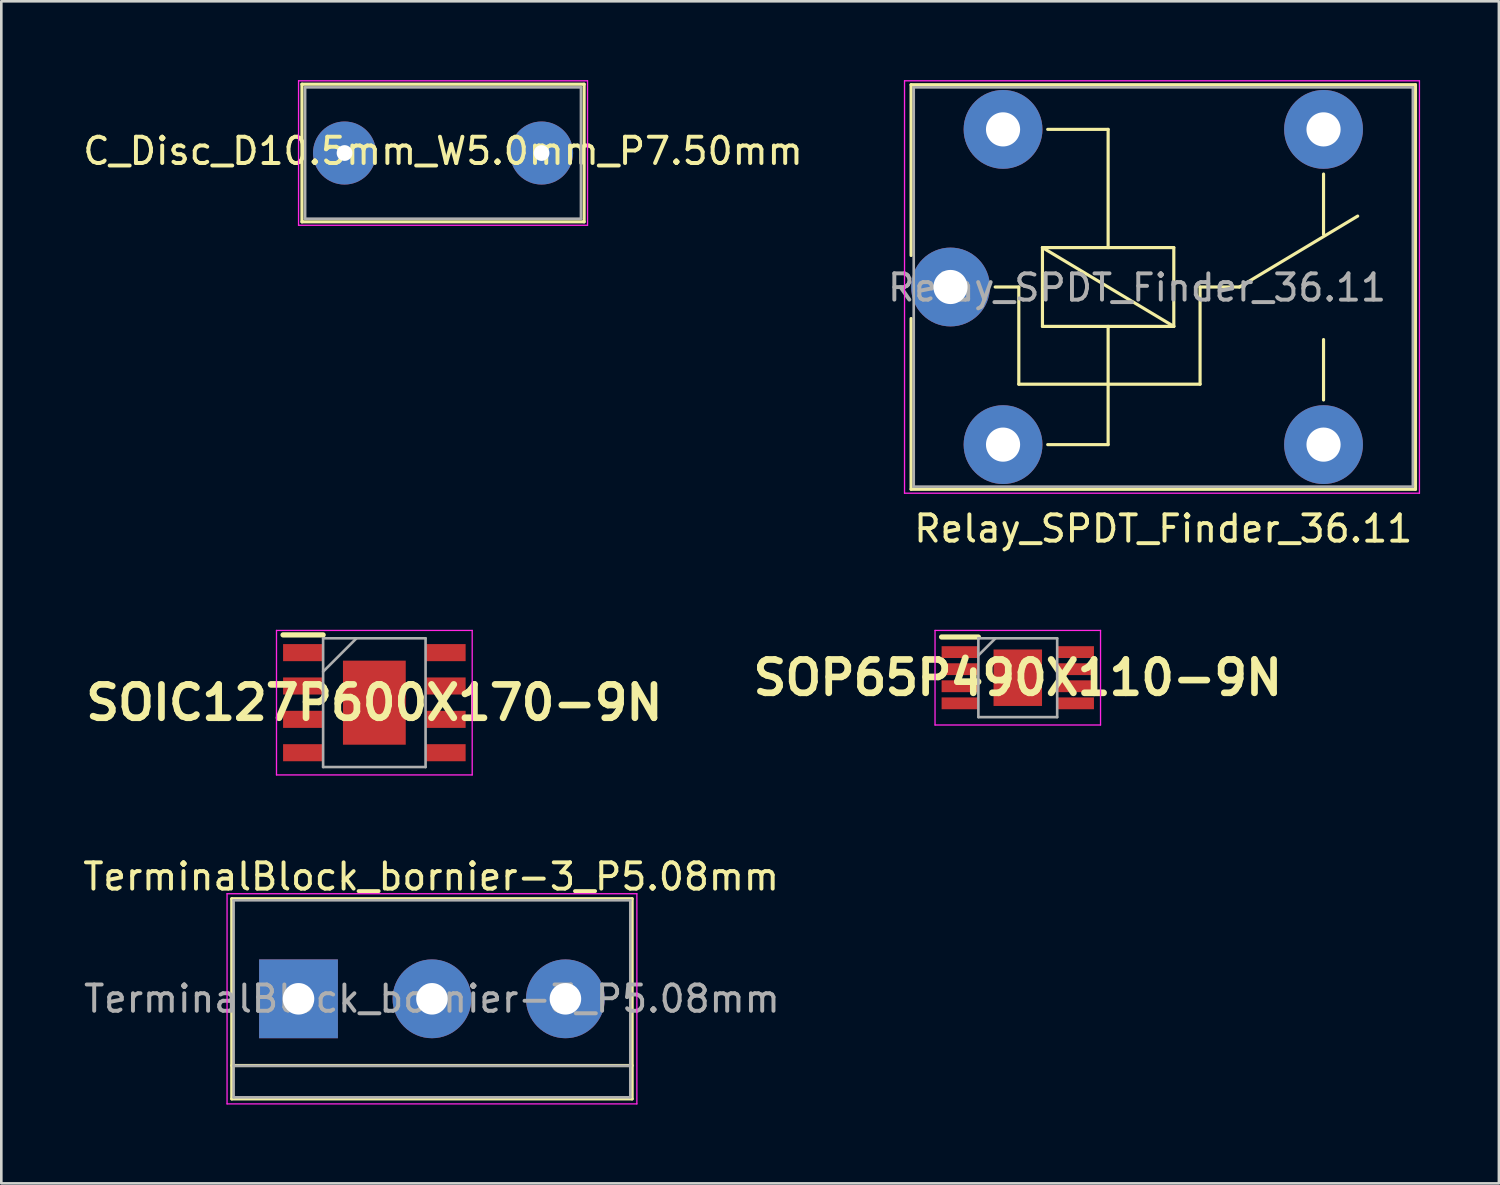
<source format=kicad_pcb>
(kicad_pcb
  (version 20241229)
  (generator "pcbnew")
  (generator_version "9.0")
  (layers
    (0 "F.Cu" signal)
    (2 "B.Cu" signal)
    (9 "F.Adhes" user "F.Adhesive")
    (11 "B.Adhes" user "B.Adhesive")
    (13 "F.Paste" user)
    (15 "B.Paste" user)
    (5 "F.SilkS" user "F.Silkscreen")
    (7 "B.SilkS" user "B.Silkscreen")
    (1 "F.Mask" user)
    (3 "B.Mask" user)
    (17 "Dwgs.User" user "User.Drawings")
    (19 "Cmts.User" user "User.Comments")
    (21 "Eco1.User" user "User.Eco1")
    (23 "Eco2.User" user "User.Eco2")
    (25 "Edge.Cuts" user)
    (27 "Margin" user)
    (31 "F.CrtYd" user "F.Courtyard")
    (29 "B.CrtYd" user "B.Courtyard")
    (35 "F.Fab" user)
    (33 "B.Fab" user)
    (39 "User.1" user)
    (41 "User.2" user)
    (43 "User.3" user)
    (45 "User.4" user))
  (footprint "C_Disc_D10.5mm_W5.0mm_P7.50mm"
    (layer "F.Cu")
    (at 13.815 2.7)
    (property "Reference" "C_Disc_D10.5mm_W5.0mm_P7.50mm" (at 0 0 0) (unlocked yes) (layer "F.SilkS") (effects (font (size 1 1) (thickness 0.15))))
    (attr through_hole)
    (fp_line (start -5.37 -2.545) (end -5.37 2.695) (stroke (width 0.12) (type solid)) (layer "F.SilkS"))
    (fp_line (start -5.37 -2.545) (end 5.37 -2.545) (stroke (width 0.12) (type solid)) (layer "F.SilkS"))
    (fp_line (start -5.37 2.695) (end 5.37 2.695) (stroke (width 0.12) (type solid)) (layer "F.SilkS"))
    (fp_line (start 5.37 -2.545) (end 5.37 2.695) (stroke (width 0.12) (type solid)) (layer "F.SilkS"))
    (fp_line (start -5.5 -2.675) (end -5.5 2.825) (stroke (width 0.05) (type solid)) (layer "F.CrtYd"))
    (fp_line (start -5.5 2.825) (end 5.5 2.825) (stroke (width 0.05) (type solid)) (layer "F.CrtYd"))
    (fp_line (start 5.5 -2.675) (end -5.5 -2.675) (stroke (width 0.05) (type solid)) (layer "F.CrtYd"))
    (fp_line (start 5.5 2.825) (end 5.5 -2.675) (stroke (width 0.05) (type solid)) (layer "F.CrtYd"))
    (fp_line (start -5.25 -2.425) (end -5.25 2.575) (stroke (width 0.1) (type solid)) (layer "F.Fab"))
    (fp_line (start -5.25 2.575) (end 5.25 2.575) (stroke (width 0.1) (type solid)) (layer "F.Fab"))
    (fp_line (start 5.25 -2.425) (end -5.25 -2.425) (stroke (width 0.1) (type solid)) (layer "F.Fab"))
    (fp_line (start 5.25 2.575) (end 5.25 -2.425) (stroke (width 0.1) (type solid)) (layer "F.Fab"))
    (pad "1" thru_hole circle (at -3.75 0.075) (size 2.4 2.4) (drill 0.6) (layers "*.Cu" "*.Mask"))
    (pad "2" thru_hole circle (at 3.75 0.075) (size 2.4 2.4) (drill 0.6) (layers "*.Cu" "*.Mask")))
  (footprint "SOP65P490X110-9N"
    (layer "F.Cu")
    (at 35.693 22.748)
    (property "Reference" "SOP65P490X110-9N" (at 0 0 0) (layer "F.SilkS") (effects (font (size 1.27 1.27) (thickness 0.254))))
    (attr smd)
    (fp_line (start -2.9 -1.55) (end -1.5 -1.55) (stroke (width 0.2) (type solid)) (layer "F.SilkS"))
    (fp_line (start -3.15 -1.8) (end 3.15 -1.8) (stroke (width 0.05) (type solid)) (layer "F.CrtYd"))
    (fp_line (start -3.15 1.8) (end -3.15 -1.8) (stroke (width 0.05) (type solid)) (layer "F.CrtYd"))
    (fp_line (start 3.15 -1.8) (end 3.15 1.8) (stroke (width 0.05) (type solid)) (layer "F.CrtYd"))
    (fp_line (start 3.15 1.8) (end -3.15 1.8) (stroke (width 0.05) (type solid)) (layer "F.CrtYd"))
    (fp_line (start -1.5 -1.5) (end 1.5 -1.5) (stroke (width 0.1) (type solid)) (layer "F.Fab"))
    (fp_line (start -1.5 -0.85) (end -0.85 -1.5) (stroke (width 0.1) (type solid)) (layer "F.Fab"))
    (fp_line (start -1.5 1.5) (end -1.5 -1.5) (stroke (width 0.1) (type solid)) (layer "F.Fab"))
    (fp_line (start 1.5 -1.5) (end 1.5 1.5) (stroke (width 0.1) (type solid)) (layer "F.Fab"))
    (fp_line (start 1.5 1.5) (end -1.5 1.5) (stroke (width 0.1) (type solid)) (layer "F.Fab"))
    (pad "1" smd rect (at -2.2 -0.975 90) (size 0.45 1.4) (layers "F.Cu" "F.Mask"))
    (pad "2" smd rect (at -2.2 -0.325 90) (size 0.45 1.4) (layers "F.Cu" "F.Mask"))
    (pad "3" smd rect (at -2.2 0.325 90) (size 0.45 1.4) (layers "F.Cu" "F.Mask"))
    (pad "4" smd rect (at -2.2 0.975 90) (size 0.45 1.4) (layers "F.Cu" "F.Mask"))
    (pad "5" smd rect (at 2.2 0.975 90) (size 0.45 1.4) (layers "F.Cu" "F.Mask"))
    (pad "6" smd rect (at 2.2 0.325 90) (size 0.45 1.4) (layers "F.Cu" "F.Mask"))
    (pad "7" smd rect (at 2.2 -0.325 90) (size 0.45 1.4) (layers "F.Cu" "F.Mask"))
    (pad "8" smd rect (at 2.2 -0.975 90) (size 0.45 1.4) (layers "F.Cu" "F.Mask"))
    (pad "9" smd rect (at 0 0) (size 1.846 2.15) (layers "F.Cu" "F.Mask" "F.Paste")))
  (footprint "Relay_SPDT_Finder_36.11"
    (layer "F.Cu")
    (at 33.132 7.875)
    (property "Reference" "Relay_SPDT_Finder_36.11" (at 8.1 9.2 0) (layer "F.SilkS") (effects (font (size 1 1) (thickness 0.15))))
    (attr through_hole)
    (fp_line (start -1.5 -7.7) (end -1.5 -1.2) (stroke (width 0.12) (type solid)) (layer "F.SilkS"))
    (fp_line (start -1.5 -7.7) (end 17.7 -7.7) (stroke (width 0.12) (type solid)) (layer "F.SilkS"))
    (fp_line (start -1.5 1.2) (end -1.5 7.7) (stroke (width 0.12) (type solid)) (layer "F.SilkS"))
    (fp_line (start 2.6 0) (end 1.7 0) (stroke (width 0.12) (type solid)) (layer "F.SilkS"))
    (fp_line (start 2.6 0) (end 2.6 3.7) (stroke (width 0.12) (type solid)) (layer "F.SilkS"))
    (fp_line (start 3.5 -1.5) (end 8.5 -1.5) (stroke (width 0.12) (type solid)) (layer "F.SilkS"))
    (fp_line (start 3.5 1.5) (end 3.5 -1.5) (stroke (width 0.12) (type solid)) (layer "F.SilkS"))
    (fp_line (start 3.7 6) (end 6 6) (stroke (width 0.12) (type solid)) (layer "F.SilkS"))
    (fp_line (start 6 -6) (end 3.7 -6) (stroke (width 0.12) (type solid)) (layer "F.SilkS"))
    (fp_line (start 6 -6) (end 6 -1.5) (stroke (width 0.12) (type solid)) (layer "F.SilkS"))
    (fp_line (start 6 1.5) (end 6 6) (stroke (width 0.12) (type solid)) (layer "F.SilkS"))
    (fp_line (start 8.5 -1.5) (end 8.5 1.5) (stroke (width 0.12) (type solid)) (layer "F.SilkS"))
    (fp_line (start 8.5 1.5) (end 3.5 -1.5) (stroke (width 0.12) (type solid)) (layer "F.SilkS"))
    (fp_line (start 8.5 1.5) (end 3.5 1.5) (stroke (width 0.12) (type solid)) (layer "F.SilkS"))
    (fp_line (start 9.5 0) (end 9.5 3.7) (stroke (width 0.12) (type solid)) (layer "F.SilkS"))
    (fp_line (start 9.5 0) (end 11 0) (stroke (width 0.12) (type solid)) (layer "F.SilkS"))
    (fp_line (start 9.5 3.7) (end 2.6 3.7) (stroke (width 0.12) (type solid)) (layer "F.SilkS"))
    (fp_line (start 11 0) (end 15.5 -2.7) (stroke (width 0.12) (type solid)) (layer "F.SilkS"))
    (fp_line (start 14.2 -4.3) (end 14.2 -2) (stroke (width 0.12) (type solid)) (layer "F.SilkS"))
    (fp_line (start 14.2 4.3) (end 14.2 2) (stroke (width 0.12) (type solid)) (layer "F.SilkS"))
    (fp_line (start 17.7 -7.7) (end 17.7 7.7) (stroke (width 0.12) (type solid)) (layer "F.SilkS"))
    (fp_line (start 17.7 7.7) (end -1.5 7.7) (stroke (width 0.12) (type solid)) (layer "F.SilkS"))
    (fp_line (start -1.75 7.85) (end -1.75 -7.85) (stroke (width 0.05) (type solid)) (layer "F.CrtYd"))
    (fp_line (start -1.75 7.85) (end 17.85 7.85) (stroke (width 0.05) (type solid)) (layer "F.CrtYd"))
    (fp_line (start 17.85 -7.85) (end -1.75 -7.85) (stroke (width 0.05) (type solid)) (layer "F.CrtYd"))
    (fp_line (start 17.85 -7.85) (end 17.85 7.85) (stroke (width 0.05) (type solid)) (layer "F.CrtYd"))
    (fp_line (start -1.4 -7.6) (end 17.6 -7.6) (stroke (width 0.1) (type solid)) (layer "F.Fab"))
    (fp_line (start -1.4 7.6) (end -1.4 -7.6) (stroke (width 0.1) (type solid)) (layer "F.Fab"))
    (fp_line (start 17.6 -7.6) (end 17.6 7.6) (stroke (width 0.1) (type solid)) (layer "F.Fab"))
    (fp_line (start 17.6 7.6) (end -1.4 7.6) (stroke (width 0.1) (type solid)) (layer "F.Fab"))
    (fp_text user "${REFERENCE}" (at 7.1 0.025 0) (layer "F.Fab") (effects (font (size 1 1) (thickness 0.15))))
    (pad "1" thru_hole circle (at 14.2 -6) (size 3 3) (drill 1.3) (layers "*.Cu" "*.Mask"))
    (pad "2" thru_hole circle (at 2 -6) (size 3 3) (drill 1.3) (layers "*.Cu" "*.Mask"))
    (pad "5" thru_hole circle (at 0 0) (size 3 3) (drill 1.3) (layers "*.Cu" "*.Mask"))
    (pad "9" thru_hole circle (at 2 6) (size 3 3) (drill 1.3) (layers "*.Cu" "*.Mask"))
    (pad "10" thru_hole circle (at 14.2 6) (size 3 3) (drill 1.3) (layers "*.Cu" "*.Mask")))
  (footprint "TerminalBlock_bornier-3_P5.08mm"
    (layer "F.Cu")
    (at 8.313 34.971)
    (property "Reference" "TerminalBlock_bornier-3_P5.08mm" (at 5.05 -4.65 0) (layer "F.SilkS") (effects (font (size 1 1) (thickness 0.15))))
    (attr through_hole)
    (fp_line (start -2.54 -3.81) (end 12.7 -3.81) (stroke (width 0.12) (type solid)) (layer "F.SilkS"))
    (fp_line (start -2.54 2.54) (end 12.7 2.54) (stroke (width 0.12) (type solid)) (layer "F.SilkS"))
    (fp_line (start -2.54 3.81) (end -2.54 -3.81) (stroke (width 0.12) (type solid)) (layer "F.SilkS"))
    (fp_line (start -2.54 3.81) (end 12.7 3.81) (stroke (width 0.12) (type solid)) (layer "F.SilkS"))
    (fp_line (start 12.7 3.81) (end 12.7 -3.81) (stroke (width 0.12) (type solid)) (layer "F.SilkS"))
    (fp_line (start -2.72 -4) (end -2.72 4) (stroke (width 0.05) (type solid)) (layer "F.CrtYd"))
    (fp_line (start -2.72 -4) (end 12.88 -4) (stroke (width 0.05) (type solid)) (layer "F.CrtYd"))
    (fp_line (start 12.88 4) (end -2.72 4) (stroke (width 0.05) (type solid)) (layer "F.CrtYd"))
    (fp_line (start 12.88 4) (end 12.88 -4) (stroke (width 0.05) (type solid)) (layer "F.CrtYd"))
    (fp_line (start -2.47 -3.75) (end 12.63 -3.75) (stroke (width 0.1) (type solid)) (layer "F.Fab"))
    (fp_line (start -2.47 2.55) (end 12.63 2.55) (stroke (width 0.1) (type solid)) (layer "F.Fab"))
    (fp_line (start -2.47 3.75) (end -2.47 -3.75) (stroke (width 0.1) (type solid)) (layer "F.Fab"))
    (fp_line (start 12.63 -3.75) (end 12.63 3.75) (stroke (width 0.1) (type solid)) (layer "F.Fab"))
    (fp_line (start 12.63 3.75) (end -2.47 3.75) (stroke (width 0.1) (type solid)) (layer "F.Fab"))
    (fp_text user "${REFERENCE}" (at 5.08 0 0) (layer "F.Fab") (effects (font (size 1 1) (thickness 0.15))))
    (pad "1" thru_hole rect (at 0 0) (size 3 3) (drill 1.2) (layers "*.Cu" "*.Mask"))
    (pad "2" thru_hole circle (at 5.08 0) (size 3 3) (drill 1.2) (layers "*.Cu" "*.Mask"))
    (pad "3" thru_hole circle (at 10.16 0) (size 3 3) (drill 1.2) (layers "*.Cu" "*.Mask")))
  (footprint "SOIC127P600X170-9N"
    (layer "F.Cu")
    (at 11.2 23.698)
    (property "Reference" "SOIC127P600X170-9N" (at 0 0 0) (layer "F.SilkS") (effects (font (size 1.27 1.27) (thickness 0.254))))
    (attr smd)
    (fp_line (start -3.475 -2.58) (end -1.95 -2.58) (stroke (width 0.2) (type solid)) (layer "F.SilkS"))
    (fp_line (start -3.725 -2.75) (end 3.725 -2.75) (stroke (width 0.05) (type solid)) (layer "F.CrtYd"))
    (fp_line (start -3.725 2.75) (end -3.725 -2.75) (stroke (width 0.05) (type solid)) (layer "F.CrtYd"))
    (fp_line (start 3.725 -2.75) (end 3.725 2.75) (stroke (width 0.05) (type solid)) (layer "F.CrtYd"))
    (fp_line (start 3.725 2.75) (end -3.725 2.75) (stroke (width 0.05) (type solid)) (layer "F.CrtYd"))
    (fp_line (start -1.95 -2.45) (end 1.95 -2.45) (stroke (width 0.1) (type solid)) (layer "F.Fab"))
    (fp_line (start -1.95 -1.18) (end -0.68 -2.45) (stroke (width 0.1) (type solid)) (layer "F.Fab"))
    (fp_line (start -1.95 2.45) (end -1.95 -2.45) (stroke (width 0.1) (type solid)) (layer "F.Fab"))
    (fp_line (start 1.95 -2.45) (end 1.95 2.45) (stroke (width 0.1) (type solid)) (layer "F.Fab"))
    (fp_line (start 1.95 2.45) (end -1.95 2.45) (stroke (width 0.1) (type solid)) (layer "F.Fab"))
    (pad "1" smd rect (at -2.712 -1.905 90) (size 0.65 1.525) (layers "F.Cu" "F.Mask" "F.Paste"))
    (pad "2" smd rect (at -2.712 -0.635 90) (size 0.65 1.525) (layers "F.Cu" "F.Mask" "F.Paste"))
    (pad "3" smd rect (at -2.712 0.635 90) (size 0.65 1.525) (layers "F.Cu" "F.Mask" "F.Paste"))
    (pad "4" smd rect (at -2.712 1.905 90) (size 0.65 1.525) (layers "F.Cu" "F.Mask" "F.Paste"))
    (pad "5" smd rect (at 2.712 1.905 90) (size 0.65 1.525) (layers "F.Cu" "F.Mask" "F.Paste"))
    (pad "6" smd rect (at 2.712 0.635 90) (size 0.65 1.525) (layers "F.Cu" "F.Mask" "F.Paste"))
    (pad "7" smd rect (at 2.712 -0.635 90) (size 0.65 1.525) (layers "F.Cu" "F.Mask" "F.Paste"))
    (pad "8" smd rect (at 2.712 -1.905 90) (size 0.65 1.525) (layers "F.Cu" "F.Mask" "F.Paste"))
    (pad "9" smd rect (at 0 0) (size 2.39 3.2) (layers "F.Cu" "F.Mask" "F.Paste")))
  (gr_rect
    (start -3 -3)
    (end 54.007 41.996)
    (stroke (width 0.1) (type default))
    (fill no)
    (layer "Edge.Cuts")))
</source>
